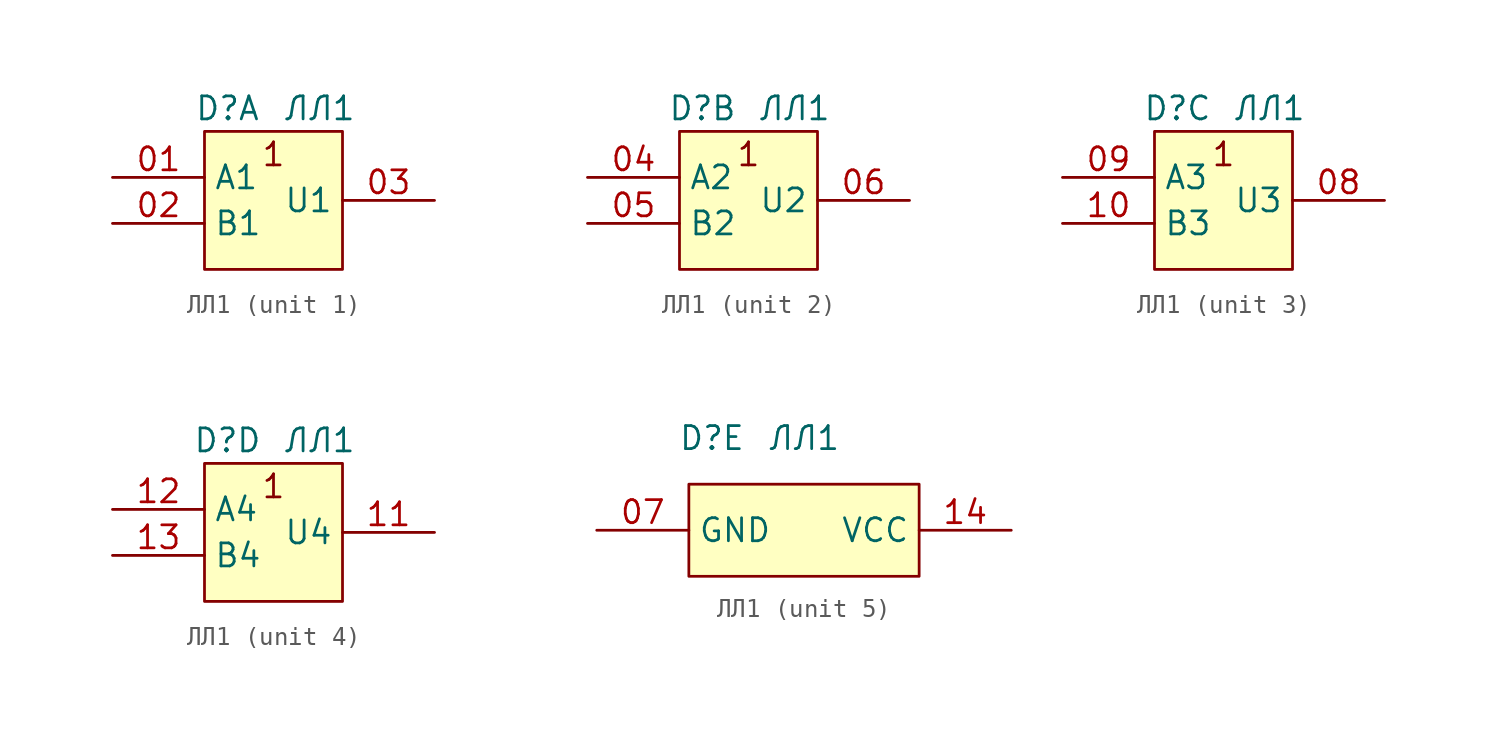
<source format=kicad_sym>
(kicad_symbol_lib
  (version 20231120)
  (generator "kicad_symbol_editor")
  (generator_version "8.0")
  (symbol "ЛЛ1"
    (property "Reference" "D"
      (at -2.54 -5.08 0)
      (effects (font (size 1.27 1.27))))
    (property "Value" "ЛЛ1"
      (at 2.54 -5.08 0)
      (effects (font (size 1.27 1.27))))
    (property "ki_locked" ""
      (at 0 0 0)
      (effects (font (size 1.27 1.27))))
    (symbol "ЛЛ1_1_0"
      (rectangle (start -3.81 -6.35) (end 3.81 -13.97) (stroke (width 0) (type default)) (fill (type background))))
    (symbol "ЛЛ1_1_1"
      (text "1" (at 0 -7.62 0) (effects (font (size 1.27 1.27))))
      (pin input line (at -8.89 -8.89 0) (length 5.08) (name "A1" (effects (font (size 1.27 1.27)))) (number "01" (effects (font (size 1.27 1.27)))))
      (pin input line (at -8.89 -11.43 0) (length 5.08) (name "B1" (effects (font (size 1.27 1.27)))) (number "02" (effects (font (size 1.27 1.27)))))
      (pin output line (at 8.89 -10.16 180) (length 5.08) (name "U1" (effects (font (size 1.27 1.27)))) (number "03" (effects (font (size 1.27 1.27))))))
    (symbol "ЛЛ1_2_0"
      (rectangle (start -3.81 -6.35) (end 3.81 -13.97) (stroke (width 0) (type default)) (fill (type background))))
    (symbol "ЛЛ1_2_1"
      (text "1" (at 0 -7.62 0) (effects (font (size 1.27 1.27))))
      (pin input line (at -8.89 -8.89 0) (length 5.08) (name "A2" (effects (font (size 1.27 1.27)))) (number "04" (effects (font (size 1.27 1.27)))))
      (pin input line (at -8.89 -11.43 0) (length 5.08) (name "B2" (effects (font (size 1.27 1.27)))) (number "05" (effects (font (size 1.27 1.27)))))
      (pin output line (at 8.89 -10.16 180) (length 5.08) (name "U2" (effects (font (size 1.27 1.27)))) (number "06" (effects (font (size 1.27 1.27))))))
    (symbol "ЛЛ1_3_0"
      (rectangle (start -3.81 -6.35) (end 3.81 -13.97) (stroke (width 0) (type default)) (fill (type background))))
    (symbol "ЛЛ1_3_1"
      (text "1" (at 0 -7.62 0) (effects (font (size 1.27 1.27))))
      (pin output line (at 8.89 -10.16 180) (length 5.08) (name "U3" (effects (font (size 1.27 1.27)))) (number "08" (effects (font (size 1.27 1.27)))))
      (pin input line (at -8.89 -8.89 0) (length 5.08) (name "A3" (effects (font (size 1.27 1.27)))) (number "09" (effects (font (size 1.27 1.27)))))
      (pin input line (at -8.89 -11.43 0) (length 5.08) (name "B3" (effects (font (size 1.27 1.27)))) (number "10" (effects (font (size 1.27 1.27))))))
    (symbol "ЛЛ1_4_0"
      (rectangle (start -3.81 -6.35) (end 3.81 -13.97) (stroke (width 0) (type default)) (fill (type background))))
    (symbol "ЛЛ1_4_1"
      (text "1" (at 0 -7.62 0) (effects (font (size 1.27 1.27))))
      (pin output line (at 8.89 -10.16 180) (length 5.08) (name "U4" (effects (font (size 1.27 1.27)))) (number "11" (effects (font (size 1.27 1.27)))))
      (pin input line (at -8.89 -8.89 0) (length 5.08) (name "A4" (effects (font (size 1.27 1.27)))) (number "12" (effects (font (size 1.27 1.27)))))
      (pin input line (at -8.89 -11.43 0) (length 5.08) (name "B4" (effects (font (size 1.27 1.27)))) (number "13" (effects (font (size 1.27 1.27))))))
    (symbol "ЛЛ1_5_1"
      (rectangle (start -3.81 -7.62) (end 8.89 -12.7) (stroke (width 0) (type default)) (fill (type background)))
      (pin power_in line (at -8.89 -10.16 0) (length 5.08) (name "GND" (effects (font (size 1.27 1.27)))) (number "07" (effects (font (size 1.27 1.27)))))
      (pin power_in line (at 13.97 -10.16 180) (length 5.08) (name "VCC" (effects (font (size 1.27 1.27)))) (number "14" (effects (font (size 1.27 1.27))))))))
</source>
